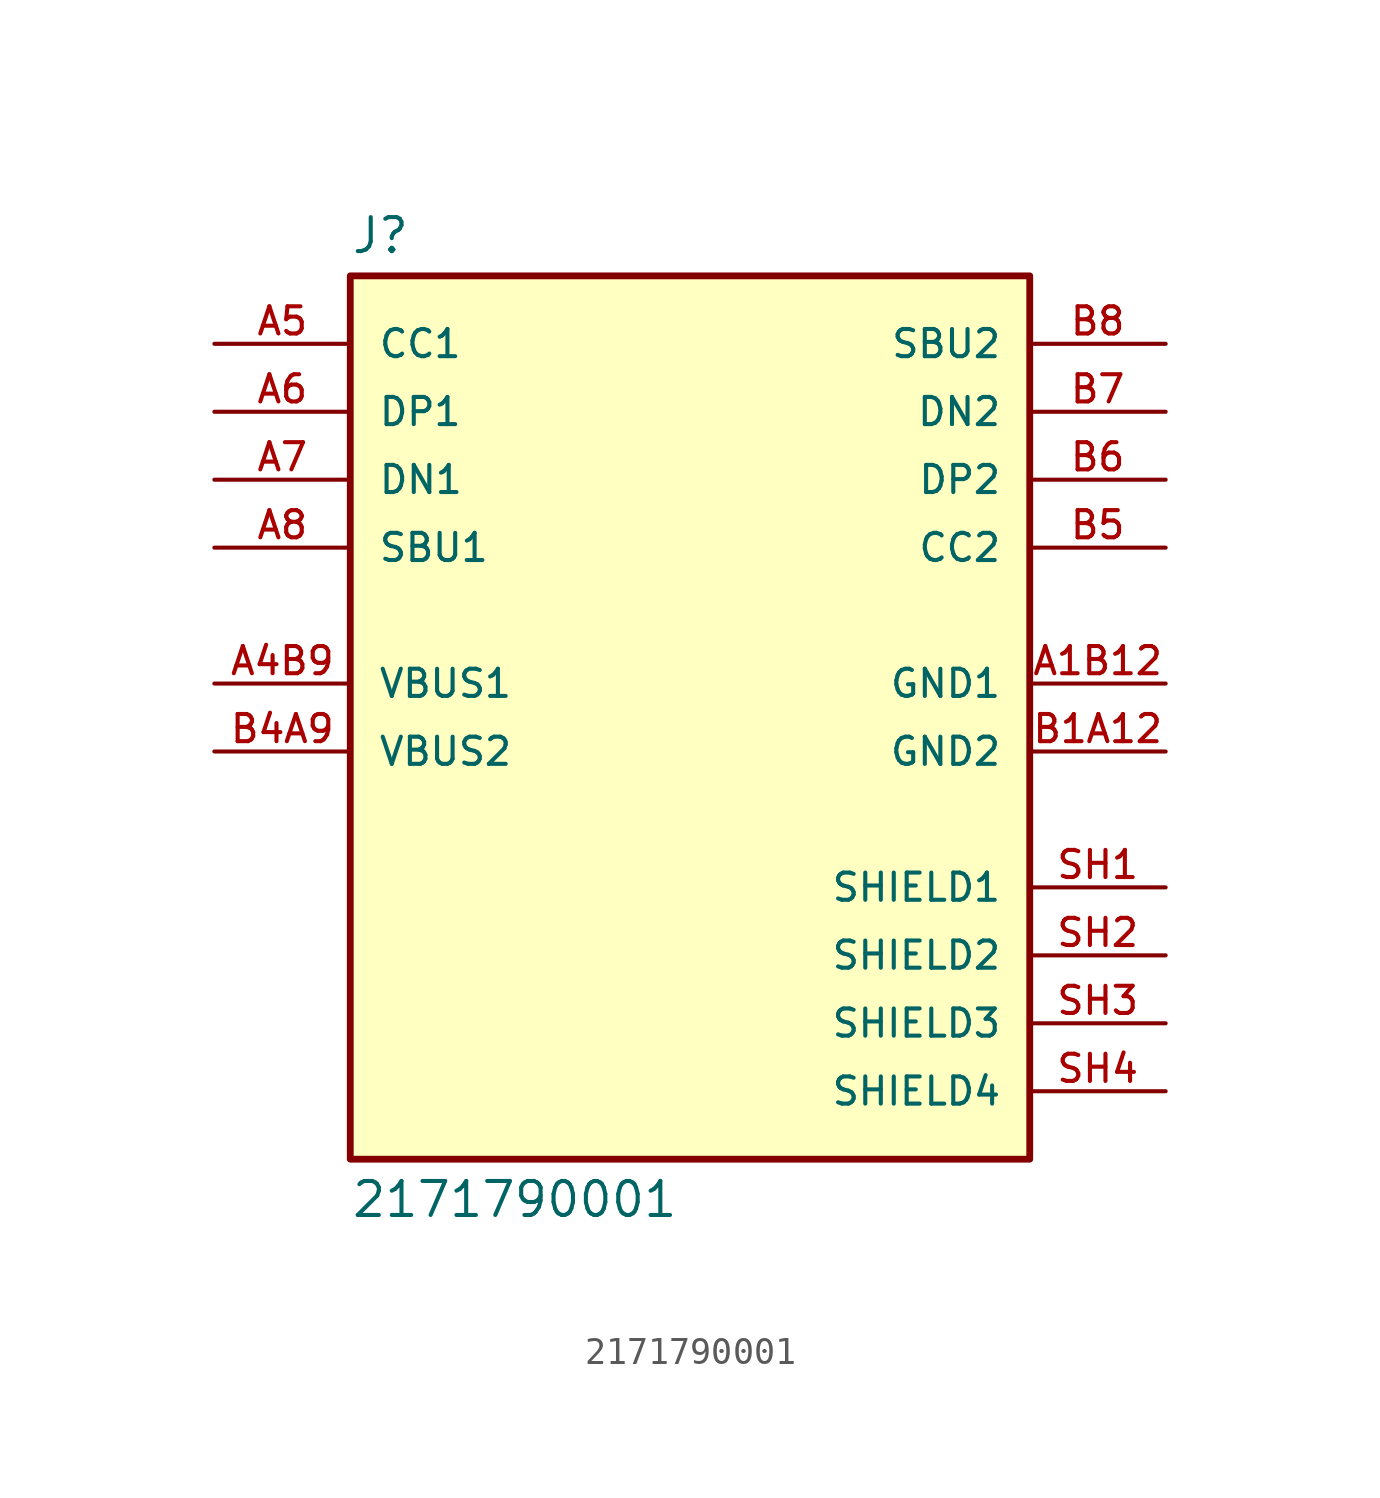
<source format=kicad_sym>
(kicad_symbol_lib
  (version 20231120)
  (generator "kicad_symbol_editor")
  (generator_version "8.0")
  (symbol "2171790001"
    (pin_names
      (offset 1.016))
    (property "Reference" "J"
      (at -12.7 16.002 0)
      (effects (font (size 1.27 1.27)) (justify left bottom)))
    (property "Value" "2171790001"
      (at -12.7 -18.542 0)
      (effects (font (size 1.27 1.27)) (justify left top)))
    (symbol "2171790001_0_0"
      (rectangle (start -12.7 -17.78) (end 12.7 15.24) (stroke (width 0.254) (type default)) (fill (type background)))
      (pin power_in line (at 17.78 0 180) (length 5.08) (name "GND1" (effects (font (size 1.016 1.016)))) (number "A1B12" (effects (font (size 1.016 1.016)))))
      (pin bidirectional line (at -17.78 12.7 0) (length 5.08) (name "CC1" (effects (font (size 1.016 1.016)))) (number "A5" (effects (font (size 1.016 1.016)))))
      (pin bidirectional line (at -17.78 10.16 0) (length 5.08) (name "DP1" (effects (font (size 1.016 1.016)))) (number "A6" (effects (font (size 1.016 1.016)))))
      (pin bidirectional line (at -17.78 7.62 0) (length 5.08) (name "DN1" (effects (font (size 1.016 1.016)))) (number "A7" (effects (font (size 1.016 1.016)))))
      (pin bidirectional line (at -17.78 5.08 0) (length 5.08) (name "SBU1" (effects (font (size 1.016 1.016)))) (number "A8" (effects (font (size 1.016 1.016)))))
      (pin power_in line (at 17.78 -2.54 180) (length 5.08) (name "GND2" (effects (font (size 1.016 1.016)))) (number "B1A12" (effects (font (size 1.016 1.016)))))
      (pin bidirectional line (at 17.78 5.08 180) (length 5.08) (name "CC2" (effects (font (size 1.016 1.016)))) (number "B5" (effects (font (size 1.016 1.016)))))
      (pin bidirectional line (at 17.78 7.62 180) (length 5.08) (name "DP2" (effects (font (size 1.016 1.016)))) (number "B6" (effects (font (size 1.016 1.016)))))
      (pin bidirectional line (at 17.78 10.16 180) (length 5.08) (name "DN2" (effects (font (size 1.016 1.016)))) (number "B7" (effects (font (size 1.016 1.016)))))
      (pin bidirectional line (at 17.78 12.7 180) (length 5.08) (name "SBU2" (effects (font (size 1.016 1.016)))) (number "B8" (effects (font (size 1.016 1.016)))))
      (pin passive line (at 17.78 -7.62 180) (length 5.08) (name "SHIELD1" (effects (font (size 1.016 1.016)))) (number "SH1" (effects (font (size 1.016 1.016)))))
      (pin passive line (at 17.78 -10.16 180) (length 5.08) (name "SHIELD2" (effects (font (size 1.016 1.016)))) (number "SH2" (effects (font (size 1.016 1.016)))))
      (pin passive line (at 17.78 -12.7 180) (length 5.08) (name "SHIELD3" (effects (font (size 1.016 1.016)))) (number "SH3" (effects (font (size 1.016 1.016)))))
      (pin passive line (at 17.78 -15.24 180) (length 5.08) (name "SHIELD4" (effects (font (size 1.016 1.016)))) (number "SH4" (effects (font (size 1.016 1.016))))))
    (symbol "2171790001_1_0"
      (pin power_in line (at -17.78 0 0) (length 5.08) (name "VBUS1" (effects (font (size 1.016 1.016)))) (number "A4B9" (effects (font (size 1.016 1.016)))))
      (pin power_out line (at -17.78 -2.54 0) (length 5.08) (name "VBUS2" (effects (font (size 1.016 1.016)))) (number "B4A9" (effects (font (size 1.016 1.016))))))))
</source>
